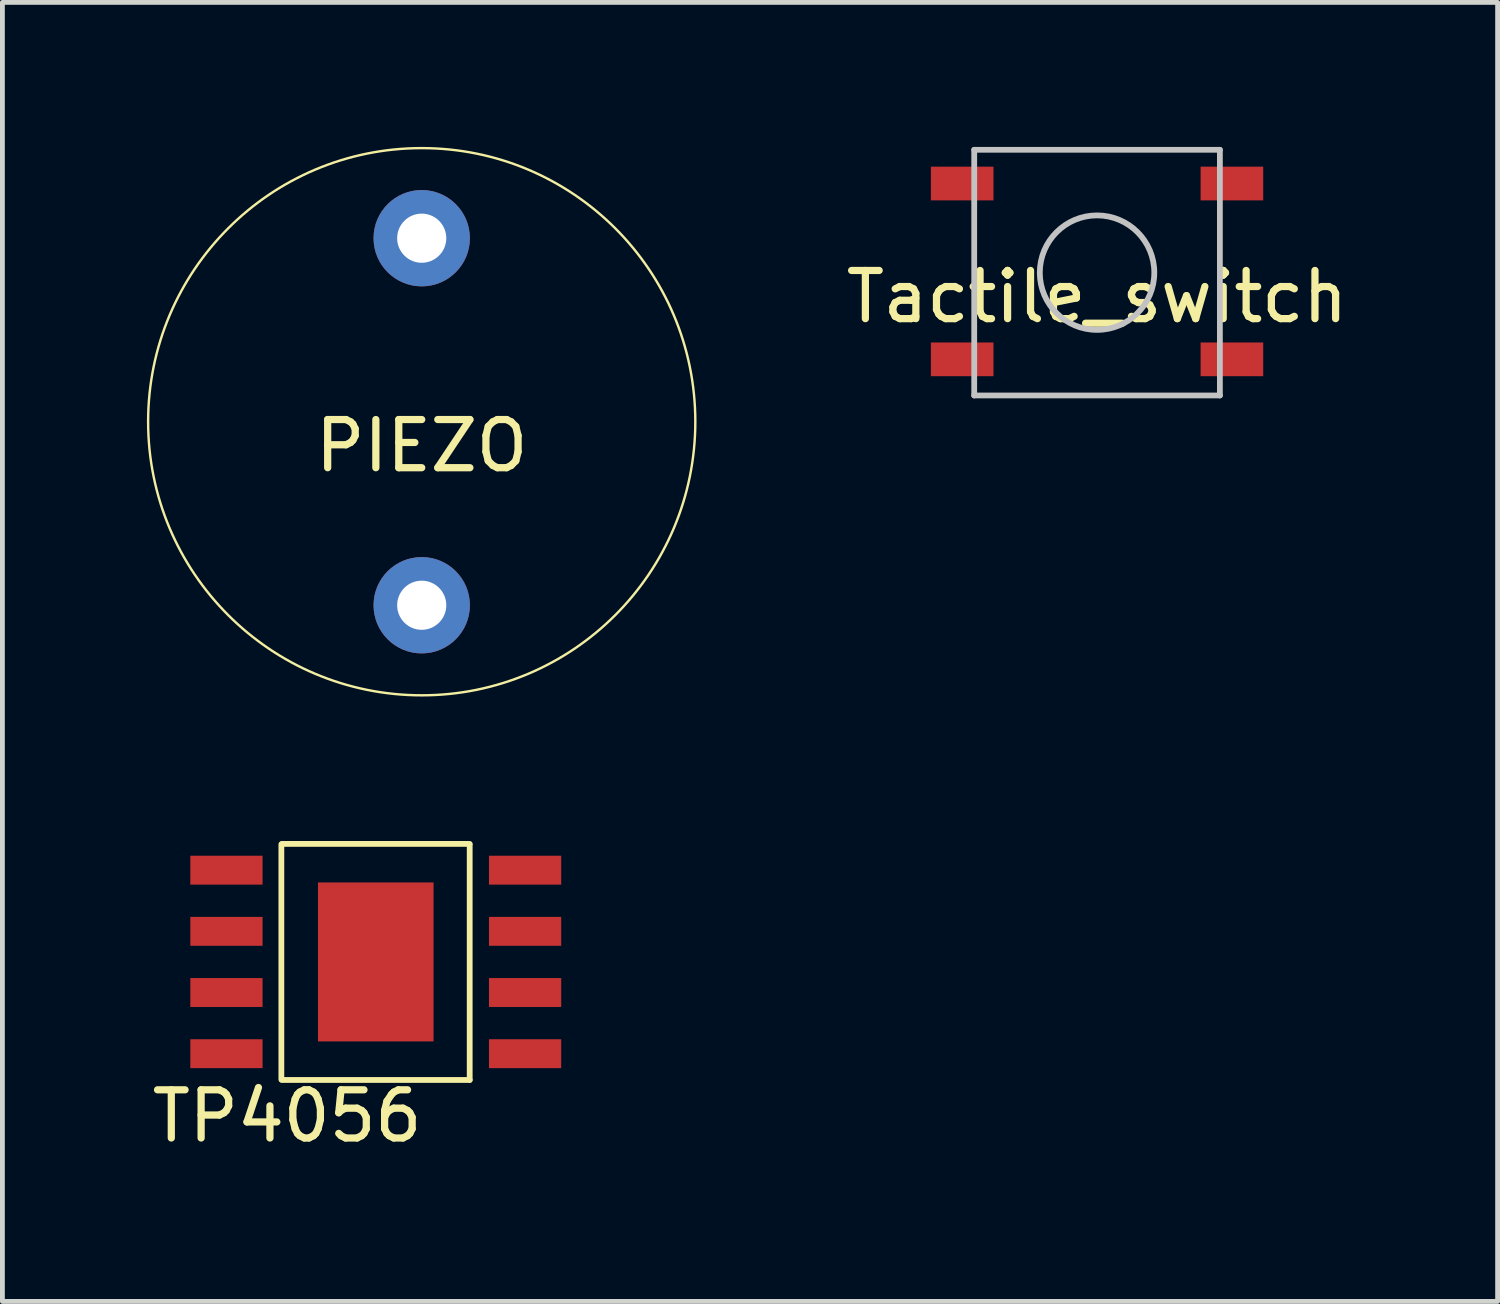
<source format=kicad_pcb>
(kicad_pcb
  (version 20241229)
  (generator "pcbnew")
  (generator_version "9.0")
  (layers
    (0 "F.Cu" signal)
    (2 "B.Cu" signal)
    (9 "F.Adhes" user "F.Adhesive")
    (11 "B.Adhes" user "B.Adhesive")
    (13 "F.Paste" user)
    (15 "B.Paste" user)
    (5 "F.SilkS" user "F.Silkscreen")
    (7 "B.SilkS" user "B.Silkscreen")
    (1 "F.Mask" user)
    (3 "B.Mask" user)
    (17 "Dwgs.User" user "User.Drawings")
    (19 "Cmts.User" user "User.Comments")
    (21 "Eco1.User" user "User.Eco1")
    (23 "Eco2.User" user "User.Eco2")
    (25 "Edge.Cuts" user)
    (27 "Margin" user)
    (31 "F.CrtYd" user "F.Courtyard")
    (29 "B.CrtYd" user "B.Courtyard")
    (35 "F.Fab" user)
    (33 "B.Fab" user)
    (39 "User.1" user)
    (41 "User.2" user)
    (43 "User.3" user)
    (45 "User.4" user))
  (footprint "TP4056"
    (layer "F.Cu")
    (at 4.751 16.92)
    (property "Reference" "TP4056" (at -1.84 3.2 0) (layer "F.SilkS") (effects (font (size 1 1) (thickness 0.15))))
    (attr smd)
    (fp_line (start -1.96 -2.44) (end -1.96 2.44) (stroke (width 0.12) (type solid)) (layer "F.SilkS"))
    (fp_line (start -1.95 -2.45) (end 1.95 -2.45) (stroke (width 0.12) (type solid)) (layer "F.SilkS"))
    (fp_line (start -1.95 2.45) (end 1.95 2.45) (stroke (width 0.12) (type solid)) (layer "F.SilkS"))
    (fp_line (start 1.95 -2.43) (end 1.95 2.45) (stroke (width 0.12) (type solid)) (layer "F.SilkS"))
    (pad "1" smd rect (at -3.1 -1.905) (size 1.5 0.6) (layers "F.Cu" "F.Mask" "F.Paste"))
    (pad "2" smd rect (at -3.1 -0.635) (size 1.5 0.6) (layers "F.Cu" "F.Mask" "F.Paste"))
    (pad "3" smd rect (at -3.1 0.635) (size 1.5 0.6) (layers "F.Cu" "F.Mask" "F.Paste"))
    (pad "4" smd rect (at -3.1 1.905) (size 1.5 0.6) (layers "F.Cu" "F.Mask" "F.Paste"))
    (pad "5" smd rect (at 3.1 1.905) (size 1.5 0.6) (layers "F.Cu" "F.Mask" "F.Paste"))
    (pad "6" smd rect (at 3.1 0.635) (size 1.5 0.6) (layers "F.Cu" "F.Mask" "F.Paste"))
    (pad "7" smd rect (at 3.1 -0.635) (size 1.5 0.6) (layers "F.Cu" "F.Mask" "F.Paste"))
    (pad "8" smd rect (at 3.1 -1.905) (size 1.5 0.6) (layers "F.Cu" "F.Mask" "F.Paste"))
    (pad "9" smd rect (at 0 0) (size 2.4 3.3) (layers "F.Cu" "F.Mask" "F.Paste")))
  (footprint "PIEZO"
    (layer "F.Cu")
    (at 5.705 5.705)
    (property "Reference" "PIEZO" (at 0 0.5 0) (layer "F.SilkS") (effects (font (size 1 1) (thickness 0.15))))
    (attr through_hole)
    (fp_circle (center 0 0) (end 5.68 0) (stroke (width 0.05) (type solid)) (fill no) (layer "F.SilkS"))
    (pad "1" thru_hole circle (at 0 -3.81) (size 2 2) (drill 1.02) (layers "*.Cu" "*.Mask"))
    (pad "2" thru_hole circle (at 0 3.81) (size 2 2) (drill 1.02) (layers "*.Cu" "*.Mask")))
  (footprint "Tactile_switch"
    (layer "F.Cu")
    (at 19.725 2.61)
    (property "Reference" "Tactile_switch" (at 0 0.5 0) (layer "F.SilkS") (effects (font (size 1 1) (thickness 0.15))))
    (attr smd)
    (fp_line (start -2.55 -2.55) (end 2.55 -2.55) (stroke (width 0.12) (type solid)) (layer "Dwgs.User"))
    (fp_line (start -2.55 2.55) (end -2.55 -2.55) (stroke (width 0.12) (type solid)) (layer "Dwgs.User"))
    (fp_line (start 2.55 -2.55) (end 2.55 2.55) (stroke (width 0.12) (type solid)) (layer "Dwgs.User"))
    (fp_line (start 2.55 2.55) (end -2.55 2.55) (stroke (width 0.12) (type solid)) (layer "Dwgs.User"))
    (fp_circle (center 0 0) (end 1.1 0.45) (stroke (width 0.12) (type solid)) (fill no) (layer "Dwgs.User"))
    (pad "1" smd rect (at -2.8 -1.85) (size 1.3 0.7) (layers "F.Cu" "F.Mask" "F.Paste"))
    (pad "1" smd rect (at 2.8 -1.85) (size 1.3 0.7) (layers "F.Cu" "F.Mask" "F.Paste"))
    (pad "2" smd rect (at -2.8 1.8) (size 1.3 0.7) (layers "F.Cu" "F.Mask" "F.Paste"))
    (pad "2" smd rect (at 2.8 1.8) (size 1.3 0.7) (layers "F.Cu" "F.Mask" "F.Paste")))
  (gr_rect
    (start -3 -3)
    (end 28.041 23.968)
    (stroke (width 0.1) (type default))
    (fill no)
    (layer "Edge.Cuts")))
</source>
